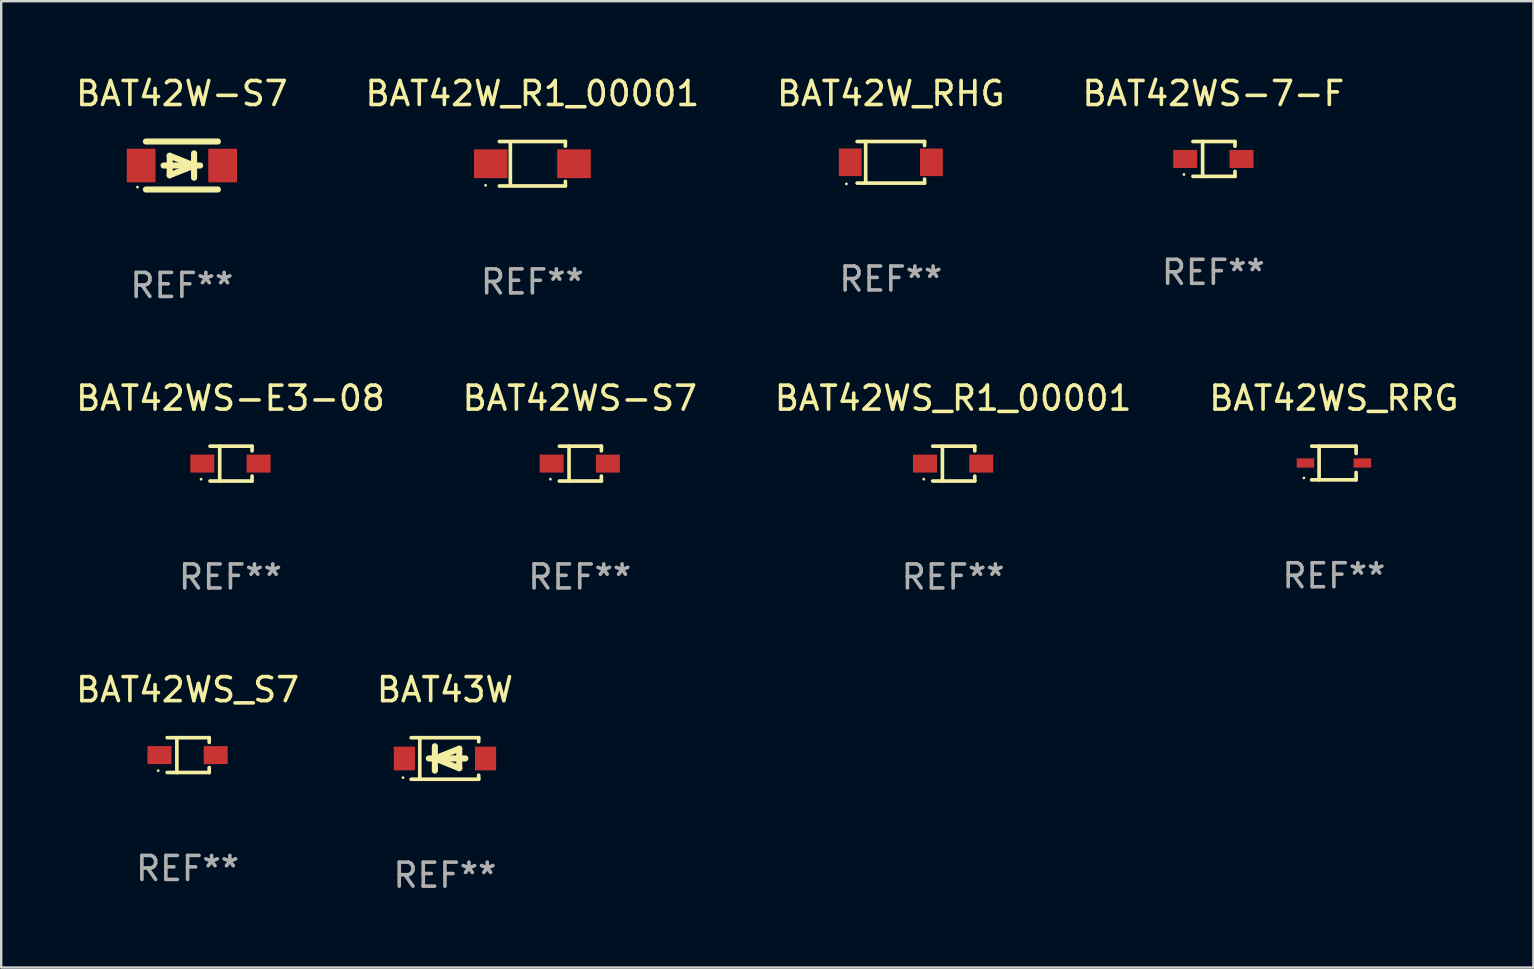
<source format=kicad_pcb>
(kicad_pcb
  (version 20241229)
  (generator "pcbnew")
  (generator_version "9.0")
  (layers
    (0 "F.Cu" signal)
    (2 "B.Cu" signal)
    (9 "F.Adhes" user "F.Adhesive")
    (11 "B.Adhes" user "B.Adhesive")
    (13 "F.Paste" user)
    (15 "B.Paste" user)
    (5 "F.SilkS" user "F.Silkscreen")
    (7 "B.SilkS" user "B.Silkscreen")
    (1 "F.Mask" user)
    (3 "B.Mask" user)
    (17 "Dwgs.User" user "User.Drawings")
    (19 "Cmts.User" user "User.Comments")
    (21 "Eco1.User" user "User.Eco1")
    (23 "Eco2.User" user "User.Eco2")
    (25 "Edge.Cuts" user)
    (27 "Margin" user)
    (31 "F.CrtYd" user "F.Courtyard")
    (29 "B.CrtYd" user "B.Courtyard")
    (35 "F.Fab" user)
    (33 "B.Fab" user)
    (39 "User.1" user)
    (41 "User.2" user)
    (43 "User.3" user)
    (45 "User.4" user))
  (footprint "BAT42W-S7"
    (layer "F.Cu")
    (at 4.53 3.848)
    (property "Reference" "BAT42W-S7" (at 0 -3 0) (layer "F.SilkS") (effects (font (size 1 1) (thickness 0.15))))
    (attr through_hole)
    (fp_line (start -1.5 -1) (end 1.5 -1) (stroke (width 0.254) (type solid)) (layer "F.SilkS"))
    (fp_line (start -1.5 1) (end 1.5 1) (stroke (width 0.254) (type solid)) (layer "F.SilkS"))
    (fp_line (start -0.508 -0.406) (end 0.508 0) (stroke (width 0.254) (type solid)) (layer "F.SilkS"))
    (fp_line (start -0.508 0.406) (end -0.508 -0.406) (stroke (width 0.254) (type solid)) (layer "F.SilkS"))
    (fp_line (start 0.508 0) (end -0.508 0.406) (stroke (width 0.254) (type solid)) (layer "F.SilkS"))
    (fp_line (start 0.508 0.508) (end 0.508 -0.508) (stroke (width 0.254) (type solid)) (layer "F.SilkS"))
    (fp_line (start 0.762 0) (end -0.762 0) (stroke (width 0.254) (type solid)) (layer "F.SilkS"))
    (fp_circle (center -1.85 0.9) (end -1.82 0.9) (stroke (width 0.06) (type solid)) (fill no) (layer "F.SilkS"))
    (fp_text user "REF**" (at 0 5 0) (layer "F.Fab") (effects (font (size 1 1) (thickness 0.15))))
    (pad "1" smd rect (at -1.7 0) (size 1.2 1.4) (layers "F.Cu" "F.Mask" "F.Paste"))
    (pad "2" smd rect (at 1.7 0) (size 1.2 1.4) (layers "F.Cu" "F.Mask" "F.Paste")))
  (footprint "BAT42WS-7-F"
    (layer "F.Cu")
    (at 47.518 3.574)
    (property "Reference" "BAT42WS-7-F" (at 0 -2.726 0) (layer "F.SilkS") (effects (font (size 1 1) (thickness 0.15))))
    (attr through_hole)
    (fp_line (start -0.851 -0.726) (end 0.901 -0.726) (stroke (width 0.152) (type solid)) (layer "F.SilkS"))
    (fp_line (start -0.851 0.726) (end 0.901 0.726) (stroke (width 0.152) (type solid)) (layer "F.SilkS"))
    (fp_line (start -0.447 -0.726) (end -0.447 0.726) (stroke (width 0.152) (type solid)) (layer "F.SilkS"))
    (fp_line (start 0.901 -0.726) (end 0.901 -0.53) (stroke (width 0.152) (type solid)) (layer "F.SilkS"))
    (fp_line (start 0.901 0.726) (end 0.901 0.52) (stroke (width 0.152) (type solid)) (layer "F.SilkS"))
    (fp_circle (center -1.225 0.65) (end -1.195 0.65) (stroke (width 0.06) (type solid)) (fill no) (layer "F.SilkS"))
    (fp_text user "REF**" (at 0 4.726 0) (layer "F.Fab") (effects (font (size 1 1) (thickness 0.15))))
    (pad "1" smd rect (at -1.173 0) (size 1 0.75) (layers "F.Cu" "F.Mask" "F.Paste"))
    (pad "2" smd rect (at 1.173 0) (size 1 0.75) (layers "F.Cu" "F.Mask" "F.Paste")))
  (footprint "BAT43W"
    (layer "F.Cu")
    (at 15.494 28.56)
    (property "Reference" "BAT43W" (at 0 -2.866 0) (layer "F.SilkS") (effects (font (size 1 1) (thickness 0.15))))
    (attr through_hole)
    (fp_line (start -1.406 -0.866) (end 1.406 -0.866) (stroke (width 0.152) (type solid)) (layer "F.SilkS"))
    (fp_line (start -1.406 0.866) (end 1.406 0.866) (stroke (width 0.152) (type solid)) (layer "F.SilkS"))
    (fp_line (start -1.049 -0.866) (end -1.049 0.866) (stroke (width 0.152) (type solid)) (layer "F.SilkS"))
    (fp_line (start -0.674 0) (end 0.85 0) (stroke (width 0.254) (type solid)) (layer "F.SilkS"))
    (fp_line (start -0.42 -0.508) (end -0.42 0.508) (stroke (width 0.254) (type solid)) (layer "F.SilkS"))
    (fp_line (start -0.42 0) (end 0.596 -0.406) (stroke (width 0.254) (type solid)) (layer "F.SilkS"))
    (fp_line (start 0.596 -0.406) (end 0.596 0.406) (stroke (width 0.254) (type solid)) (layer "F.SilkS"))
    (fp_line (start 0.596 0.406) (end -0.42 0) (stroke (width 0.254) (type solid)) (layer "F.SilkS"))
    (fp_line (start 1.406 -0.866) (end 1.406 -0.698) (stroke (width 0.152) (type solid)) (layer "F.SilkS"))
    (fp_line (start 1.406 0.866) (end 1.406 0.698) (stroke (width 0.152) (type solid)) (layer "F.SilkS"))
    (fp_circle (center -1.75 0.8) (end -1.72 0.8) (stroke (width 0.06) (type solid)) (fill no) (layer "F.SilkS"))
    (fp_text user "REF**" (at 0 4.866 0) (layer "F.Fab") (effects (font (size 1 1) (thickness 0.15))))
    (pad "1" smd rect (at -1.692 0) (size 0.88 0.99) (layers "F.Cu" "F.Mask" "F.Paste"))
    (pad "2" smd rect (at 1.692 0) (size 0.88 0.99) (layers "F.Cu" "F.Mask" "F.Paste")))
  (footprint "BAT42W_RHG"
    (layer "F.Cu")
    (at 34.077 3.714)
    (property "Reference" "BAT42W_RHG" (at 0 -2.866 0) (layer "F.SilkS") (effects (font (size 1 1) (thickness 0.15))))
    (attr through_hole)
    (fp_line (start -1.406 -0.866) (end 1.406 -0.866) (stroke (width 0.152) (type solid)) (layer "F.SilkS"))
    (fp_line (start -1.406 0.866) (end 1.406 0.866) (stroke (width 0.152) (type solid)) (layer "F.SilkS"))
    (fp_line (start -1.049 -0.866) (end -1.049 0.866) (stroke (width 0.152) (type solid)) (layer "F.SilkS"))
    (fp_line (start 1.406 -0.866) (end 1.406 -0.698) (stroke (width 0.152) (type solid)) (layer "F.SilkS"))
    (fp_line (start 1.406 0.866) (end 1.406 0.698) (stroke (width 0.152) (type solid)) (layer "F.SilkS"))
    (fp_circle (center -1.851 0.9) (end -1.821 0.9) (stroke (width 0.06) (type solid)) (fill no) (layer "F.SilkS"))
    (fp_text user "REF**" (at 0 4.866 0) (layer "F.Fab") (effects (font (size 1 1) (thickness 0.15))))
    (pad "1" smd rect (at -1.692 0) (size 0.95 1.15) (layers "F.Cu" "F.Mask" "F.Paste"))
    (pad "2" smd rect (at 1.692 0) (size 0.95 1.15) (layers "F.Cu" "F.Mask" "F.Paste")))
  (footprint "BAT42WS_RRG"
    (layer "F.Cu")
    (at 52.542 16.246)
    (property "Reference" "BAT42WS_RRG" (at 0 -2.701 0) (layer "F.SilkS") (effects (font (size 1 1) (thickness 0.15))))
    (attr through_hole)
    (fp_line (start -0.926 -0.701) (end 0.926 -0.701) (stroke (width 0.152) (type solid)) (layer "F.SilkS"))
    (fp_line (start -0.926 0.701) (end 0.926 0.701) (stroke (width 0.152) (type solid)) (layer "F.SilkS"))
    (fp_line (start -0.617 -0.701) (end -0.617 0.701) (stroke (width 0.152) (type solid)) (layer "F.SilkS"))
    (fp_line (start 0.926 -0.701) (end 0.926 -0.396) (stroke (width 0.152) (type solid)) (layer "F.SilkS"))
    (fp_line (start 0.926 0.701) (end 0.926 0.396) (stroke (width 0.152) (type solid)) (layer "F.SilkS"))
    (fp_circle (center -1.25 0.625) (end -1.22 0.625) (stroke (width 0.06) (type solid)) (fill no) (layer "F.SilkS"))
    (fp_text user "REF**" (at 0 4.701 0) (layer "F.Fab") (effects (font (size 1 1) (thickness 0.15))))
    (pad "1" smd rect (at -1.185 0 180) (size 0.73 0.385) (layers "F.Cu" "F.Mask" "F.Paste"))
    (pad "2" smd rect (at 1.185 0 180) (size 0.73 0.385) (layers "F.Cu" "F.Mask" "F.Paste")))
  (footprint "BAT42W_R1_00001"
    (layer "F.Cu")
    (at 19.137 3.774)
    (property "Reference" "BAT42W_R1_00001" (at 0 -2.926 0) (layer "F.SilkS") (effects (font (size 1 1) (thickness 0.15))))
    (attr through_hole)
    (fp_line (start -1.376 -0.926) (end 1.376 -0.926) (stroke (width 0.152) (type solid)) (layer "F.SilkS"))
    (fp_line (start -1.376 0.926) (end 1.376 0.926) (stroke (width 0.152) (type solid)) (layer "F.SilkS"))
    (fp_line (start -0.917 -0.876) (end -0.917 0.876) (stroke (width 0.152) (type solid)) (layer "F.SilkS"))
    (fp_line (start 1.376 -0.926) (end 1.376 -0.733) (stroke (width 0.152) (type solid)) (layer "F.SilkS"))
    (fp_line (start 1.376 0.926) (end 1.376 0.733) (stroke (width 0.152) (type solid)) (layer "F.SilkS"))
    (fp_circle (center -1.95 0.9) (end -1.92 0.9) (stroke (width 0.06) (type solid)) (fill no) (layer "F.SilkS"))
    (fp_text user "REF**" (at 0 4.926 0) (layer "F.Fab") (effects (font (size 1 1) (thickness 0.15))))
    (pad "1" smd rect (at -1.735 0) (size 1.4 1.2) (layers "F.Cu" "F.Mask" "F.Paste"))
    (pad "2" smd rect (at 1.735 0) (size 1.4 1.2) (layers "F.Cu" "F.Mask" "F.Paste")))
  (footprint "BAT42WS-E3-08"
    (layer "F.Cu")
    (at 6.554 16.271)
    (property "Reference" "BAT42WS-E3-08" (at 0 -2.726 0) (layer "F.SilkS") (effects (font (size 1 1) (thickness 0.15))))
    (attr through_hole)
    (fp_line (start -0.851 -0.726) (end 0.901 -0.726) (stroke (width 0.152) (type solid)) (layer "F.SilkS"))
    (fp_line (start -0.851 0.726) (end 0.901 0.726) (stroke (width 0.152) (type solid)) (layer "F.SilkS"))
    (fp_line (start -0.447 -0.726) (end -0.447 0.726) (stroke (width 0.152) (type solid)) (layer "F.SilkS"))
    (fp_line (start 0.901 -0.726) (end 0.901 -0.53) (stroke (width 0.152) (type solid)) (layer "F.SilkS"))
    (fp_line (start 0.901 0.726) (end 0.901 0.52) (stroke (width 0.152) (type solid)) (layer "F.SilkS"))
    (fp_circle (center -1.225 0.65) (end -1.195 0.65) (stroke (width 0.06) (type solid)) (fill no) (layer "F.SilkS"))
    (fp_text user "REF**" (at 0 4.726 0) (layer "F.Fab") (effects (font (size 1 1) (thickness 0.15))))
    (pad "1" smd rect (at -1.173 0) (size 1 0.75) (layers "F.Cu" "F.Mask" "F.Paste"))
    (pad "2" smd rect (at 1.173 0) (size 1 0.75) (layers "F.Cu" "F.Mask" "F.Paste")))
  (footprint "BAT42WS-S7"
    (layer "F.Cu")
    (at 21.113 16.271)
    (property "Reference" "BAT42WS-S7" (at 0 -2.726 0) (layer "F.SilkS") (effects (font (size 1 1) (thickness 0.15))))
    (attr through_hole)
    (fp_line (start -0.851 -0.726) (end 0.901 -0.726) (stroke (width 0.152) (type solid)) (layer "F.SilkS"))
    (fp_line (start -0.851 0.726) (end 0.901 0.726) (stroke (width 0.152) (type solid)) (layer "F.SilkS"))
    (fp_line (start -0.447 -0.726) (end -0.447 0.726) (stroke (width 0.152) (type solid)) (layer "F.SilkS"))
    (fp_line (start 0.901 -0.726) (end 0.901 -0.53) (stroke (width 0.152) (type solid)) (layer "F.SilkS"))
    (fp_line (start 0.901 0.726) (end 0.901 0.52) (stroke (width 0.152) (type solid)) (layer "F.SilkS"))
    (fp_circle (center -1.225 0.65) (end -1.195 0.65) (stroke (width 0.06) (type solid)) (fill no) (layer "F.SilkS"))
    (fp_text user "REF**" (at 0 4.726 0) (layer "F.Fab") (effects (font (size 1 1) (thickness 0.15))))
    (pad "1" smd rect (at -1.173 0) (size 1 0.75) (layers "F.Cu" "F.Mask" "F.Paste"))
    (pad "2" smd rect (at 1.173 0) (size 1 0.75) (layers "F.Cu" "F.Mask" "F.Paste")))
  (footprint "BAT42WS_R1_00001"
    (layer "F.Cu")
    (at 36.673 16.271)
    (property "Reference" "BAT42WS_R1_00001" (at 0 -2.726 0) (layer "F.SilkS") (effects (font (size 1 1) (thickness 0.15))))
    (attr through_hole)
    (fp_line (start -0.851 -0.726) (end 0.901 -0.726) (stroke (width 0.152) (type solid)) (layer "F.SilkS"))
    (fp_line (start -0.851 0.726) (end 0.901 0.726) (stroke (width 0.152) (type solid)) (layer "F.SilkS"))
    (fp_line (start -0.447 -0.726) (end -0.447 0.726) (stroke (width 0.152) (type solid)) (layer "F.SilkS"))
    (fp_line (start 0.901 -0.726) (end 0.901 -0.53) (stroke (width 0.152) (type solid)) (layer "F.SilkS"))
    (fp_line (start 0.901 0.726) (end 0.901 0.52) (stroke (width 0.152) (type solid)) (layer "F.SilkS"))
    (fp_circle (center -1.225 0.65) (end -1.195 0.65) (stroke (width 0.06) (type solid)) (fill no) (layer "F.SilkS"))
    (fp_text user "REF**" (at 0 4.726 0) (layer "F.Fab") (effects (font (size 1 1) (thickness 0.15))))
    (pad "1" smd rect (at -1.173 0) (size 1 0.75) (layers "F.Cu" "F.Mask" "F.Paste"))
    (pad "2" smd rect (at 1.173 0) (size 1 0.75) (layers "F.Cu" "F.Mask" "F.Paste")))
  (footprint "BAT42WS_S7"
    (layer "F.Cu")
    (at 4.768 28.42)
    (property "Reference" "BAT42WS_S7" (at 0 -2.726 0) (layer "F.SilkS") (effects (font (size 1 1) (thickness 0.15))))
    (attr through_hole)
    (fp_line (start -0.851 -0.726) (end 0.901 -0.726) (stroke (width 0.152) (type solid)) (layer "F.SilkS"))
    (fp_line (start -0.851 0.726) (end 0.901 0.726) (stroke (width 0.152) (type solid)) (layer "F.SilkS"))
    (fp_line (start -0.447 -0.726) (end -0.447 0.726) (stroke (width 0.152) (type solid)) (layer "F.SilkS"))
    (fp_line (start 0.901 -0.726) (end 0.901 -0.53) (stroke (width 0.152) (type solid)) (layer "F.SilkS"))
    (fp_line (start 0.901 0.726) (end 0.901 0.52) (stroke (width 0.152) (type solid)) (layer "F.SilkS"))
    (fp_circle (center -1.225 0.65) (end -1.195 0.65) (stroke (width 0.06) (type solid)) (fill no) (layer "F.SilkS"))
    (fp_text user "REF**" (at 0 4.726 0) (layer "F.Fab") (effects (font (size 1 1) (thickness 0.15))))
    (pad "1" smd rect (at -1.173 0) (size 1 0.75) (layers "F.Cu" "F.Mask" "F.Paste"))
    (pad "2" smd rect (at 1.173 0) (size 1 0.75) (layers "F.Cu" "F.Mask" "F.Paste")))
  (gr_rect
    (start -3 -3)
    (end 60.857 37.274)
    (stroke (width 0.1) (type default))
    (fill no)
    (layer "Edge.Cuts")))
</source>
